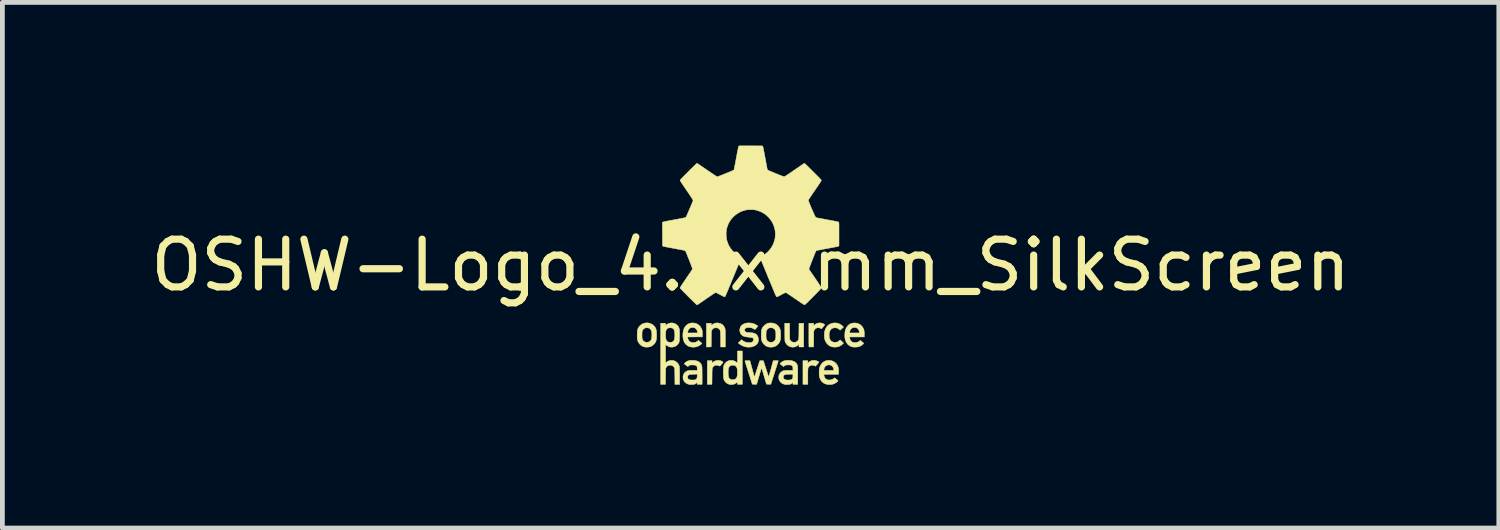
<source format=kicad_pcb>
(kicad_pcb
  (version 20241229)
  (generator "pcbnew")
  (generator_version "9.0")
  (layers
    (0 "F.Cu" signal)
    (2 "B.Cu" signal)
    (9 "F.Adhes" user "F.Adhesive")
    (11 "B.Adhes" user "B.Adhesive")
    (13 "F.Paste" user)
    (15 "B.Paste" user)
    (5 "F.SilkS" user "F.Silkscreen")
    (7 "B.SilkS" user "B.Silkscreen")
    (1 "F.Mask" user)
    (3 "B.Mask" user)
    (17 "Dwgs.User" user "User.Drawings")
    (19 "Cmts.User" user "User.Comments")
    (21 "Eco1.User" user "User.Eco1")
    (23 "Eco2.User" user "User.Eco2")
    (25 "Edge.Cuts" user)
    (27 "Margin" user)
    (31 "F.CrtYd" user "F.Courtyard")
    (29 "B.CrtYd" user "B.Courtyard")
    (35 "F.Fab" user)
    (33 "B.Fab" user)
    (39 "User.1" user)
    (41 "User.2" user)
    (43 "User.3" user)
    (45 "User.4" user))
  (footprint "OSHW-Logo_4.7x5mm_SilkScreen"
    (layer "F.Cu")
    (at 12.673 2.505)
    (property "Reference" "OSHW-Logo_4.7x5mm_SilkScreen" (at 0 0 0) (layer "F.SilkS") (effects (font (size 1 1) (thickness 0.15))))
    (attr exclude_from_pos_files exclude_from_bom)
    (fp_poly (pts (xy 1.366 1.998) (xy 1.391 2.006) (xy 1.414 2.018) (xy 1.423 2.024) (xy 1.432 2.032) (xy 1.396 2.074) (xy 1.384 2.088) (xy 1.373 2.101) (xy 1.365 2.11) (xy 1.361 2.115) (xy 1.36 2.116) (xy 1.357 2.114) (xy 1.349 2.111) (xy 1.338 2.105) (xy 1.314 2.097) (xy 1.289 2.094) (xy 1.265 2.098) (xy 1.243 2.106) (xy 1.224 2.121) (xy 1.22 2.126) (xy 1.215 2.132) (xy 1.211 2.138) (xy 1.207 2.145) (xy 1.205 2.153) (xy 1.202 2.163) (xy 1.201 2.176) (xy 1.199 2.192) (xy 1.199 2.211) (xy 1.198 2.236) (xy 1.198 2.266) (xy 1.198 2.302) (xy 1.198 2.334) (xy 1.198 2.494) (xy 1.096 2.494) (xy 1.096 2) (xy 1.198 2) (xy 1.198 2.052) (xy 1.216 2.035) (xy 1.242 2.015) (xy 1.272 2.001) (xy 1.305 1.994) (xy 1.34 1.994) (xy 1.366 1.998)) (stroke (width 0.01) (type solid)) (fill yes) (layer "F.SilkS"))
    (fp_poly (pts (xy -0.637 1.998) (xy -0.606 2.01) (xy -0.58 2.026) (xy -0.578 2.028) (xy -0.577 2.031) (xy -0.579 2.036) (xy -0.585 2.044) (xy -0.593 2.055) (xy -0.606 2.071) (xy -0.618 2.085) (xy -0.629 2.098) (xy -0.637 2.107) (xy -0.642 2.113) (xy -0.642 2.113) (xy -0.647 2.113) (xy -0.655 2.11) (xy -0.666 2.105) (xy -0.69 2.096) (xy -0.717 2.094) (xy -0.744 2.098) (xy -0.745 2.099) (xy -0.759 2.105) (xy -0.773 2.116) (xy -0.786 2.13) (xy -0.797 2.144) (xy -0.802 2.154) (xy -0.803 2.159) (xy -0.804 2.167) (xy -0.805 2.179) (xy -0.806 2.194) (xy -0.807 2.214) (xy -0.807 2.239) (xy -0.808 2.269) (xy -0.808 2.306) (xy -0.808 2.331) (xy -0.81 2.494) (xy -0.907 2.494) (xy -0.907 2) (xy -0.809 2) (xy -0.809 2.051) (xy -0.791 2.035) (xy -0.764 2.015) (xy -0.734 2.002) (xy -0.702 1.994) (xy -0.67 1.993) (xy -0.637 1.998)) (stroke (width 0.01) (type solid)) (fill yes) (layer "F.SilkS"))
    (fp_poly (pts (xy 1.491 1.214) (xy 1.522 1.226) (xy 1.528 1.229) (xy 1.541 1.236) (xy 1.548 1.242) (xy 1.551 1.248) (xy 1.547 1.256) (xy 1.539 1.267) (xy 1.534 1.273) (xy 1.522 1.287) (xy 1.51 1.302) (xy 1.5 1.314) (xy 1.498 1.315) (xy 1.483 1.332) (xy 1.461 1.321) (xy 1.446 1.314) (xy 1.433 1.311) (xy 1.418 1.31) (xy 1.391 1.313) (xy 1.368 1.322) (xy 1.35 1.336) (xy 1.335 1.356) (xy 1.333 1.36) (xy 1.323 1.381) (xy 1.321 1.546) (xy 1.319 1.711) (xy 1.272 1.712) (xy 1.254 1.713) (xy 1.239 1.712) (xy 1.228 1.712) (xy 1.222 1.711) (xy 1.222 1.711) (xy 1.222 1.707) (xy 1.221 1.696) (xy 1.221 1.68) (xy 1.221 1.657) (xy 1.22 1.63) (xy 1.22 1.599) (xy 1.22 1.564) (xy 1.22 1.526) (xy 1.22 1.486) (xy 1.22 1.462) (xy 1.22 1.216) (xy 1.321 1.216) (xy 1.321 1.268) (xy 1.339 1.251) (xy 1.365 1.231) (xy 1.394 1.218) (xy 1.426 1.21) (xy 1.458 1.209) (xy 1.491 1.214)) (stroke (width 0.01) (type solid)) (fill yes) (layer "F.SilkS"))
    (fp_poly (pts (xy -0.664 1.213) (xy -0.634 1.222) (xy -0.606 1.235) (xy -0.581 1.254) (xy -0.561 1.278) (xy -0.55 1.296) (xy -0.545 1.305) (xy -0.542 1.313) (xy -0.539 1.321) (xy -0.536 1.329) (xy -0.534 1.339) (xy -0.533 1.352) (xy -0.532 1.367) (xy -0.531 1.385) (xy -0.53 1.408) (xy -0.53 1.435) (xy -0.53 1.468) (xy -0.53 1.507) (xy -0.53 1.533) (xy -0.53 1.713) (xy -0.627 1.713) (xy -0.629 1.551) (xy -0.629 1.51) (xy -0.63 1.476) (xy -0.63 1.447) (xy -0.631 1.424) (xy -0.632 1.405) (xy -0.633 1.39) (xy -0.635 1.379) (xy -0.637 1.369) (xy -0.64 1.362) (xy -0.644 1.355) (xy -0.648 1.349) (xy -0.653 1.342) (xy -0.654 1.342) (xy -0.671 1.326) (xy -0.693 1.316) (xy -0.719 1.311) (xy -0.747 1.312) (xy -0.771 1.319) (xy -0.79 1.331) (xy -0.807 1.35) (xy -0.811 1.358) (xy -0.822 1.377) (xy -0.826 1.711) (xy -0.926 1.713) (xy -0.926 1.216) (xy -0.824 1.216) (xy -0.824 1.266) (xy -0.809 1.252) (xy -0.784 1.232) (xy -0.756 1.219) (xy -0.726 1.211) (xy -0.695 1.209) (xy -0.664 1.213)) (stroke (width 0.01) (type solid)) (fill yes) (layer "F.SilkS"))
    (fp_poly (pts (xy 0.817 1.382) (xy 0.818 1.548) (xy 0.828 1.567) (xy 0.843 1.588) (xy 0.862 1.603) (xy 0.885 1.612) (xy 0.912 1.615) (xy 0.914 1.615) (xy 0.94 1.612) (xy 0.964 1.603) (xy 0.983 1.588) (xy 0.99 1.58) (xy 0.994 1.573) (xy 0.998 1.567) (xy 1.002 1.561) (xy 1.004 1.553) (xy 1.006 1.544) (xy 1.008 1.533) (xy 1.009 1.518) (xy 1.01 1.499) (xy 1.011 1.476) (xy 1.011 1.448) (xy 1.011 1.413) (xy 1.012 1.377) (xy 1.013 1.216) (xy 1.111 1.216) (xy 1.111 1.713) (xy 1.013 1.713) (xy 1.013 1.658) (xy 0.997 1.672) (xy 0.97 1.693) (xy 0.939 1.707) (xy 0.907 1.715) (xy 0.873 1.717) (xy 0.84 1.711) (xy 0.83 1.708) (xy 0.798 1.694) (xy 0.77 1.673) (xy 0.747 1.648) (xy 0.729 1.617) (xy 0.725 1.609) (xy 0.723 1.604) (xy 0.722 1.599) (xy 0.721 1.594) (xy 0.719 1.588) (xy 0.719 1.579) (xy 0.718 1.569) (xy 0.717 1.555) (xy 0.717 1.537) (xy 0.717 1.515) (xy 0.716 1.488) (xy 0.716 1.455) (xy 0.716 1.415) (xy 0.716 1.402) (xy 0.715 1.216) (xy 0.816 1.216) (xy 0.817 1.382)) (stroke (width 0.01) (type solid)) (fill yes) (layer "F.SilkS"))
    (fp_poly (pts (xy -1.203 1.21) (xy -1.164 1.215) (xy -1.128 1.227) (xy -1.097 1.245) (xy -1.069 1.269) (xy -1.046 1.298) (xy -1.028 1.332) (xy -1.021 1.348) (xy -1.018 1.36) (xy -1.015 1.37) (xy -1.013 1.38) (xy -1.012 1.392) (xy -1.012 1.408) (xy -1.011 1.429) (xy -1.011 1.439) (xy -1.011 1.501) (xy -1.164 1.502) (xy -1.318 1.503) (xy -1.318 1.517) (xy -1.314 1.541) (xy -1.304 1.565) (xy -1.29 1.586) (xy -1.271 1.603) (xy -1.255 1.612) (xy -1.243 1.616) (xy -1.232 1.619) (xy -1.218 1.62) (xy -1.203 1.62) (xy -1.175 1.619) (xy -1.151 1.613) (xy -1.129 1.602) (xy -1.111 1.59) (xy -1.092 1.575) (xy -1.055 1.607) (xy -1.019 1.638) (xy -1.04 1.658) (xy -1.071 1.681) (xy -1.107 1.699) (xy -1.145 1.711) (xy -1.185 1.717) (xy -1.226 1.716) (xy -1.259 1.711) (xy -1.294 1.7) (xy -1.326 1.683) (xy -1.354 1.66) (xy -1.377 1.633) (xy -1.392 1.607) (xy -1.405 1.572) (xy -1.414 1.533) (xy -1.419 1.491) (xy -1.419 1.449) (xy -1.415 1.406) (xy -1.415 1.405) (xy -1.318 1.405) (xy -1.318 1.419) (xy -1.11 1.419) (xy -1.112 1.402) (xy -1.12 1.372) (xy -1.131 1.348) (xy -1.148 1.328) (xy -1.167 1.316) (xy -1.193 1.306) (xy -1.219 1.304) (xy -1.244 1.307) (xy -1.267 1.317) (xy -1.285 1.332) (xy -1.3 1.35) (xy -1.31 1.371) (xy -1.317 1.393) (xy -1.318 1.405) (xy -1.415 1.405) (xy -1.408 1.366) (xy -1.395 1.33) (xy -1.391 1.32) (xy -1.371 1.287) (xy -1.347 1.259) (xy -1.319 1.237) (xy -1.287 1.222) (xy -1.252 1.212) (xy -1.214 1.209) (xy -1.203 1.21)) (stroke (width 0.01) (type solid)) (fill yes) (layer "F.SilkS"))
    (fp_poly (pts (xy 1.799 1.211) (xy 1.837 1.22) (xy 1.873 1.236) (xy 1.907 1.258) (xy 1.92 1.269) (xy 1.931 1.28) (xy 1.939 1.289) (xy 1.944 1.294) (xy 1.945 1.296) (xy 1.942 1.299) (xy 1.934 1.306) (xy 1.924 1.316) (xy 1.911 1.328) (xy 1.909 1.329) (xy 1.875 1.36) (xy 1.858 1.346) (xy 1.835 1.328) (xy 1.812 1.317) (xy 1.786 1.312) (xy 1.779 1.311) (xy 1.747 1.312) (xy 1.719 1.319) (xy 1.695 1.332) (xy 1.676 1.35) (xy 1.661 1.375) (xy 1.65 1.404) (xy 1.648 1.417) (xy 1.645 1.437) (xy 1.645 1.46) (xy 1.646 1.485) (xy 1.648 1.508) (xy 1.651 1.528) (xy 1.653 1.534) (xy 1.665 1.561) (xy 1.681 1.583) (xy 1.702 1.599) (xy 1.727 1.61) (xy 1.757 1.615) (xy 1.779 1.615) (xy 1.804 1.611) (xy 1.827 1.603) (xy 1.848 1.589) (xy 1.857 1.581) (xy 1.875 1.565) (xy 1.91 1.597) (xy 1.923 1.609) (xy 1.934 1.619) (xy 1.942 1.627) (xy 1.945 1.631) (xy 1.945 1.631) (xy 1.943 1.635) (xy 1.936 1.643) (xy 1.926 1.652) (xy 1.914 1.663) (xy 1.901 1.673) (xy 1.89 1.681) (xy 1.886 1.684) (xy 1.859 1.698) (xy 1.832 1.708) (xy 1.803 1.713) (xy 1.777 1.715) (xy 1.744 1.715) (xy 1.718 1.712) (xy 1.713 1.711) (xy 1.676 1.7) (xy 1.643 1.682) (xy 1.614 1.658) (xy 1.589 1.629) (xy 1.569 1.595) (xy 1.554 1.556) (xy 1.551 1.544) (xy 1.547 1.524) (xy 1.545 1.498) (xy 1.544 1.47) (xy 1.545 1.441) (xy 1.547 1.413) (xy 1.55 1.389) (xy 1.553 1.377) (xy 1.567 1.337) (xy 1.586 1.302) (xy 1.609 1.272) (xy 1.637 1.248) (xy 1.67 1.23) (xy 1.707 1.217) (xy 1.718 1.214) (xy 1.759 1.209) (xy 1.799 1.211)) (stroke (width 0.01) (type solid)) (fill yes) (layer "F.SilkS"))
    (fp_poly (pts (xy 1.676 1.996) (xy 1.711 2.006) (xy 1.743 2.021) (xy 1.773 2.042) (xy 1.797 2.067) (xy 1.817 2.097) (xy 1.82 2.103) (xy 1.83 2.127) (xy 1.837 2.153) (xy 1.842 2.182) (xy 1.843 2.215) (xy 1.843 2.236) (xy 1.842 2.285) (xy 1.688 2.286) (xy 1.534 2.287) (xy 1.536 2.306) (xy 1.543 2.334) (xy 1.555 2.359) (xy 1.572 2.379) (xy 1.595 2.394) (xy 1.599 2.396) (xy 1.61 2.4) (xy 1.622 2.403) (xy 1.636 2.404) (xy 1.65 2.404) (xy 1.678 2.402) (xy 1.702 2.396) (xy 1.724 2.385) (xy 1.742 2.374) (xy 1.761 2.359) (xy 1.794 2.387) (xy 1.808 2.398) (xy 1.819 2.408) (xy 1.827 2.415) (xy 1.831 2.418) (xy 1.831 2.422) (xy 1.825 2.429) (xy 1.816 2.439) (xy 1.804 2.449) (xy 1.79 2.459) (xy 1.775 2.468) (xy 1.762 2.476) (xy 1.745 2.483) (xy 1.726 2.49) (xy 1.71 2.495) (xy 1.708 2.495) (xy 1.682 2.499) (xy 1.654 2.5) (xy 1.626 2.499) (xy 1.601 2.496) (xy 1.599 2.495) (xy 1.563 2.485) (xy 1.533 2.471) (xy 1.507 2.452) (xy 1.491 2.436) (xy 1.476 2.417) (xy 1.463 2.395) (xy 1.452 2.37) (xy 1.446 2.35) (xy 1.442 2.338) (xy 1.44 2.327) (xy 1.438 2.316) (xy 1.437 2.303) (xy 1.436 2.287) (xy 1.436 2.267) (xy 1.436 2.252) (xy 1.436 2.219) (xy 1.437 2.203) (xy 1.534 2.203) (xy 1.743 2.203) (xy 1.741 2.184) (xy 1.734 2.156) (xy 1.722 2.131) (xy 1.705 2.112) (xy 1.684 2.098) (xy 1.659 2.09) (xy 1.648 2.088) (xy 1.621 2.089) (xy 1.596 2.096) (xy 1.575 2.109) (xy 1.557 2.127) (xy 1.544 2.15) (xy 1.537 2.177) (xy 1.536 2.184) (xy 1.534 2.203) (xy 1.437 2.203) (xy 1.438 2.192) (xy 1.44 2.169) (xy 1.445 2.148) (xy 1.451 2.129) (xy 1.46 2.108) (xy 1.464 2.101) (xy 1.484 2.068) (xy 1.508 2.041) (xy 1.537 2.02) (xy 1.57 2.004) (xy 1.606 1.995) (xy 1.639 1.993) (xy 1.676 1.996)) (stroke (width 0.01) (type solid)) (fill yes) (layer "F.SilkS"))
    (fp_poly (pts (xy -2.124 1.214) (xy -2.09 1.225) (xy -2.059 1.242) (xy -2.031 1.264) (xy -2.029 1.267) (xy -2.012 1.285) (xy -1.998 1.304) (xy -1.988 1.324) (xy -1.98 1.347) (xy -1.975 1.373) (xy -1.971 1.403) (xy -1.97 1.439) (xy -1.969 1.461) (xy -1.97 1.501) (xy -1.972 1.535) (xy -1.976 1.563) (xy -1.982 1.588) (xy -1.991 1.609) (xy -2.003 1.629) (xy -2.018 1.647) (xy -2.029 1.659) (xy -2.057 1.683) (xy -2.089 1.701) (xy -2.121 1.711) (xy -2.139 1.714) (xy -2.161 1.716) (xy -2.185 1.716) (xy -2.206 1.715) (xy -2.22 1.713) (xy -2.254 1.702) (xy -2.285 1.686) (xy -2.313 1.663) (xy -2.337 1.636) (xy -2.356 1.605) (xy -2.368 1.571) (xy -2.371 1.563) (xy -2.373 1.548) (xy -2.374 1.529) (xy -2.375 1.505) (xy -2.376 1.482) (xy -2.275 1.482) (xy -2.275 1.507) (xy -2.273 1.528) (xy -2.269 1.545) (xy -2.264 1.559) (xy -2.258 1.571) (xy -2.255 1.575) (xy -2.24 1.592) (xy -2.22 1.605) (xy -2.197 1.613) (xy -2.172 1.615) (xy -2.147 1.612) (xy -2.134 1.608) (xy -2.111 1.596) (xy -2.093 1.578) (xy -2.08 1.556) (xy -2.079 1.554) (xy -2.076 1.54) (xy -2.073 1.52) (xy -2.07 1.497) (xy -2.069 1.472) (xy -2.069 1.447) (xy -2.07 1.423) (xy -2.072 1.402) (xy -2.072 1.401) (xy -2.08 1.372) (xy -2.091 1.348) (xy -2.108 1.33) (xy -2.129 1.318) (xy -2.154 1.311) (xy -2.172 1.31) (xy -2.201 1.313) (xy -2.225 1.322) (xy -2.244 1.337) (xy -2.26 1.357) (xy -2.264 1.364) (xy -2.267 1.372) (xy -2.27 1.379) (xy -2.272 1.386) (xy -2.273 1.396) (xy -2.274 1.408) (xy -2.275 1.425) (xy -2.275 1.448) (xy -2.275 1.45) (xy -2.275 1.482) (xy -2.376 1.482) (xy -2.376 1.479) (xy -2.376 1.452) (xy -2.375 1.426) (xy -2.374 1.401) (xy -2.373 1.38) (xy -2.37 1.364) (xy -2.369 1.357) (xy -2.359 1.327) (xy -2.345 1.301) (xy -2.326 1.277) (xy -2.321 1.27) (xy -2.293 1.246) (xy -2.262 1.228) (xy -2.229 1.216) (xy -2.194 1.209) (xy -2.159 1.208) (xy -2.124 1.214)) (stroke (width 0.01) (type solid)) (fill yes) (layer "F.SilkS"))
    (fp_poly (pts (xy -0.174 2.494) (xy -0.276 2.494) (xy -0.276 2.447) (xy -0.299 2.464) (xy -0.314 2.474) (xy -0.33 2.483) (xy -0.343 2.49) (xy -0.344 2.49) (xy -0.364 2.496) (xy -0.388 2.499) (xy -0.413 2.5) (xy -0.437 2.498) (xy -0.449 2.495) (xy -0.472 2.487) (xy -0.492 2.477) (xy -0.511 2.462) (xy -0.522 2.452) (xy -0.534 2.438) (xy -0.544 2.425) (xy -0.552 2.412) (xy -0.559 2.396) (xy -0.563 2.379) (xy -0.567 2.358) (xy -0.569 2.332) (xy -0.57 2.302) (xy -0.571 2.266) (xy -0.571 2.247) (xy -0.47 2.247) (xy -0.469 2.282) (xy -0.467 2.311) (xy -0.463 2.334) (xy -0.457 2.353) (xy -0.448 2.368) (xy -0.437 2.379) (xy -0.423 2.389) (xy -0.421 2.39) (xy -0.41 2.395) (xy -0.401 2.398) (xy -0.39 2.399) (xy -0.376 2.399) (xy -0.37 2.398) (xy -0.354 2.398) (xy -0.342 2.396) (xy -0.333 2.393) (xy -0.323 2.388) (xy -0.321 2.386) (xy -0.304 2.372) (xy -0.291 2.352) (xy -0.282 2.325) (xy -0.279 2.308) (xy -0.277 2.291) (xy -0.277 2.27) (xy -0.276 2.247) (xy -0.277 2.223) (xy -0.278 2.199) (xy -0.28 2.179) (xy -0.283 2.164) (xy -0.284 2.158) (xy -0.295 2.134) (xy -0.309 2.116) (xy -0.327 2.103) (xy -0.349 2.096) (xy -0.374 2.094) (xy -0.401 2.097) (xy -0.424 2.105) (xy -0.442 2.119) (xy -0.455 2.138) (xy -0.464 2.163) (xy -0.465 2.166) (xy -0.467 2.179) (xy -0.469 2.197) (xy -0.47 2.219) (xy -0.47 2.244) (xy -0.47 2.247) (xy -0.571 2.247) (xy -0.571 2.207) (xy -0.57 2.174) (xy -0.568 2.147) (xy -0.565 2.124) (xy -0.561 2.105) (xy -0.555 2.088) (xy -0.548 2.074) (xy -0.539 2.061) (xy -0.528 2.048) (xy -0.522 2.042) (xy -0.503 2.024) (xy -0.484 2.012) (xy -0.464 2.003) (xy -0.448 1.998) (xy -0.414 1.993) (xy -0.38 1.995) (xy -0.348 2.003) (xy -0.317 2.019) (xy -0.294 2.035) (xy -0.286 2.042) (xy -0.28 2.046) (xy -0.278 2.047) (xy -0.277 2.044) (xy -0.277 2.034) (xy -0.277 2.018) (xy -0.276 1.998) (xy -0.276 1.974) (xy -0.276 1.946) (xy -0.276 1.922) (xy -0.276 1.797) (xy -0.174 1.797) (xy -0.174 2.494)) (stroke (width 0.01) (type solid)) (fill yes) (layer "F.SilkS"))
    (fp_poly (pts (xy 2.202 1.211) (xy 2.238 1.218) (xy 2.272 1.232) (xy 2.303 1.251) (xy 2.329 1.276) (xy 2.351 1.305) (xy 2.367 1.338) (xy 2.376 1.366) (xy 2.378 1.383) (xy 2.38 1.407) (xy 2.381 1.437) (xy 2.381 1.445) (xy 2.381 1.503) (xy 2.073 1.503) (xy 2.073 1.513) (xy 2.075 1.529) (xy 2.08 1.548) (xy 2.088 1.566) (xy 2.097 1.582) (xy 2.1 1.585) (xy 2.11 1.595) (xy 2.124 1.605) (xy 2.133 1.61) (xy 2.144 1.615) (xy 2.154 1.618) (xy 2.165 1.62) (xy 2.18 1.621) (xy 2.189 1.621) (xy 2.205 1.62) (xy 2.218 1.619) (xy 2.228 1.617) (xy 2.238 1.613) (xy 2.25 1.607) (xy 2.265 1.6) (xy 2.278 1.592) (xy 2.288 1.585) (xy 2.289 1.585) (xy 2.3 1.575) (xy 2.334 1.604) (xy 2.347 1.616) (xy 2.358 1.626) (xy 2.366 1.633) (xy 2.369 1.637) (xy 2.369 1.637) (xy 2.367 1.641) (xy 2.361 1.648) (xy 2.351 1.657) (xy 2.339 1.667) (xy 2.327 1.677) (xy 2.316 1.684) (xy 2.311 1.687) (xy 2.288 1.699) (xy 2.266 1.707) (xy 2.241 1.712) (xy 2.213 1.715) (xy 2.2 1.715) (xy 2.178 1.716) (xy 2.161 1.715) (xy 2.147 1.714) (xy 2.134 1.711) (xy 2.128 1.71) (xy 2.091 1.697) (xy 2.059 1.678) (xy 2.032 1.654) (xy 2.01 1.625) (xy 1.993 1.591) (xy 1.98 1.551) (xy 1.979 1.548) (xy 1.975 1.524) (xy 1.973 1.495) (xy 1.973 1.464) (xy 1.974 1.433) (xy 1.975 1.419) (xy 2.072 1.419) (xy 2.28 1.419) (xy 2.278 1.399) (xy 2.272 1.372) (xy 2.261 1.349) (xy 2.244 1.329) (xy 2.224 1.314) (xy 2.222 1.313) (xy 2.21 1.309) (xy 2.198 1.306) (xy 2.182 1.305) (xy 2.176 1.305) (xy 2.16 1.305) (xy 2.148 1.307) (xy 2.138 1.31) (xy 2.127 1.316) (xy 2.106 1.331) (xy 2.09 1.352) (xy 2.079 1.378) (xy 2.074 1.4) (xy 2.072 1.419) (xy 1.975 1.419) (xy 1.976 1.403) (xy 1.98 1.378) (xy 1.981 1.375) (xy 1.994 1.334) (xy 2.012 1.299) (xy 2.034 1.27) (xy 2.06 1.246) (xy 2.09 1.228) (xy 2.124 1.216) (xy 2.162 1.21) (xy 2.163 1.21) (xy 2.202 1.211)) (stroke (width 0.01) (type solid)) (fill yes) (layer "F.SilkS"))
    (fp_poly (pts (xy 0.476 1.215) (xy 0.511 1.226) (xy 0.542 1.243) (xy 0.57 1.266) (xy 0.582 1.279) (xy 0.596 1.298) (xy 0.607 1.316) (xy 0.615 1.335) (xy 0.621 1.357) (xy 0.626 1.382) (xy 0.628 1.412) (xy 0.629 1.448) (xy 0.629 1.463) (xy 0.628 1.502) (xy 0.626 1.536) (xy 0.622 1.564) (xy 0.616 1.589) (xy 0.607 1.61) (xy 0.595 1.63) (xy 0.58 1.648) (xy 0.57 1.658) (xy 0.542 1.683) (xy 0.512 1.7) (xy 0.479 1.711) (xy 0.442 1.716) (xy 0.425 1.716) (xy 0.409 1.716) (xy 0.396 1.715) (xy 0.386 1.715) (xy 0.385 1.714) (xy 0.351 1.705) (xy 0.319 1.689) (xy 0.291 1.668) (xy 0.266 1.642) (xy 0.246 1.612) (xy 0.232 1.579) (xy 0.23 1.572) (xy 0.227 1.558) (xy 0.225 1.538) (xy 0.224 1.514) (xy 0.223 1.487) (xy 0.223 1.463) (xy 0.323 1.463) (xy 0.323 1.492) (xy 0.324 1.515) (xy 0.327 1.533) (xy 0.33 1.548) (xy 0.335 1.561) (xy 0.341 1.572) (xy 0.342 1.574) (xy 0.359 1.592) (xy 0.379 1.605) (xy 0.403 1.613) (xy 0.429 1.615) (xy 0.455 1.611) (xy 0.466 1.608) (xy 0.487 1.596) (xy 0.504 1.579) (xy 0.518 1.558) (xy 0.522 1.549) (xy 0.524 1.536) (xy 0.526 1.519) (xy 0.528 1.497) (xy 0.528 1.473) (xy 0.528 1.449) (xy 0.528 1.425) (xy 0.526 1.404) (xy 0.524 1.387) (xy 0.521 1.376) (xy 0.511 1.354) (xy 0.499 1.338) (xy 0.482 1.326) (xy 0.473 1.321) (xy 0.461 1.315) (xy 0.452 1.312) (xy 0.442 1.311) (xy 0.429 1.311) (xy 0.42 1.311) (xy 0.403 1.312) (xy 0.391 1.314) (xy 0.381 1.318) (xy 0.371 1.323) (xy 0.353 1.338) (xy 0.338 1.358) (xy 0.328 1.381) (xy 0.327 1.387) (xy 0.326 1.397) (xy 0.324 1.412) (xy 0.324 1.432) (xy 0.323 1.453) (xy 0.323 1.463) (xy 0.223 1.463) (xy 0.223 1.459) (xy 0.223 1.431) (xy 0.224 1.405) (xy 0.226 1.382) (xy 0.228 1.364) (xy 0.23 1.354) (xy 0.239 1.329) (xy 0.25 1.307) (xy 0.264 1.286) (xy 0.283 1.267) (xy 0.31 1.243) (xy 0.338 1.226) (xy 0.368 1.215) (xy 0.402 1.21) (xy 0.437 1.21) (xy 0.476 1.215)) (stroke (width 0.01) (type solid)) (fill yes) (layer "F.SilkS"))
    (fp_poly (pts (xy 0.321 2.168) (xy 0.332 2.201) (xy 0.342 2.233) (xy 0.351 2.262) (xy 0.359 2.287) (xy 0.366 2.308) (xy 0.372 2.325) (xy 0.376 2.336) (xy 0.377 2.34) (xy 0.377 2.34) (xy 0.379 2.338) (xy 0.382 2.329) (xy 0.386 2.315) (xy 0.392 2.295) (xy 0.399 2.271) (xy 0.407 2.243) (xy 0.416 2.212) (xy 0.425 2.179) (xy 0.427 2.173) (xy 0.474 2) (xy 0.528 2) (xy 0.549 2) (xy 0.564 2.001) (xy 0.574 2.001) (xy 0.579 2.003) (xy 0.58 2.004) (xy 0.578 2.009) (xy 0.575 2.019) (xy 0.57 2.035) (xy 0.563 2.057) (xy 0.554 2.083) (xy 0.545 2.113) (xy 0.534 2.147) (xy 0.522 2.184) (xy 0.51 2.223) (xy 0.501 2.251) (xy 0.423 2.494) (xy 0.332 2.492) (xy 0.281 2.32) (xy 0.271 2.286) (xy 0.262 2.254) (xy 0.253 2.226) (xy 0.245 2.201) (xy 0.239 2.181) (xy 0.233 2.165) (xy 0.23 2.155) (xy 0.228 2.151) (xy 0.228 2.151) (xy 0.227 2.155) (xy 0.224 2.165) (xy 0.219 2.181) (xy 0.212 2.202) (xy 0.205 2.227) (xy 0.196 2.256) (xy 0.187 2.287) (xy 0.177 2.321) (xy 0.176 2.324) (xy 0.126 2.494) (xy 0.081 2.494) (xy 0.064 2.493) (xy 0.05 2.493) (xy 0.04 2.492) (xy 0.035 2.491) (xy 0.035 2.491) (xy 0.034 2.487) (xy 0.03 2.477) (xy 0.025 2.461) (xy 0.018 2.44) (xy 0.01 2.415) (xy 0.001 2.387) (xy -0.009 2.356) (xy -0.019 2.322) (xy -0.03 2.288) (xy -0.042 2.252) (xy -0.053 2.217) (xy -0.064 2.182) (xy -0.075 2.148) (xy -0.085 2.116) (xy -0.094 2.087) (xy -0.102 2.061) (xy -0.109 2.039) (xy -0.114 2.022) (xy -0.118 2.01) (xy -0.12 2.004) (xy -0.12 2.004) (xy -0.116 2.002) (xy -0.106 2.001) (xy -0.089 2) (xy -0.068 2) (xy -0.015 2) (xy -0.008 2.026) (xy -0.006 2.036) (xy -0.001 2.051) (xy 0.004 2.071) (xy 0.011 2.096) (xy 0.019 2.124) (xy 0.027 2.155) (xy 0.036 2.187) (xy 0.038 2.197) (xy 0.047 2.228) (xy 0.055 2.257) (xy 0.062 2.282) (xy 0.068 2.304) (xy 0.073 2.322) (xy 0.077 2.334) (xy 0.079 2.34) (xy 0.08 2.341) (xy 0.081 2.338) (xy 0.085 2.328) (xy 0.09 2.313) (xy 0.097 2.293) (xy 0.105 2.268) (xy 0.114 2.24) (xy 0.124 2.209) (xy 0.135 2.176) (xy 0.137 2.171) (xy 0.191 2.002) (xy 0.229 2.001) (xy 0.267 2) (xy 0.321 2.168)) (stroke (width 0.01) (type solid)) (fill yes) (layer "F.SilkS"))
    (fp_poly (pts (xy 0.013 1.213) (xy 0.049 1.221) (xy 0.075 1.229) (xy 0.086 1.234) (xy 0.099 1.241) (xy 0.113 1.249) (xy 0.127 1.258) (xy 0.139 1.265) (xy 0.148 1.272) (xy 0.152 1.276) (xy 0.152 1.276) (xy 0.15 1.28) (xy 0.144 1.287) (xy 0.135 1.298) (xy 0.125 1.31) (xy 0.115 1.322) (xy 0.105 1.332) (xy 0.097 1.341) (xy 0.091 1.346) (xy 0.09 1.347) (xy 0.086 1.345) (xy 0.077 1.34) (xy 0.066 1.334) (xy 0.039 1.32) (xy 0.014 1.311) (xy -0.014 1.307) (xy -0.04 1.305) (xy -0.058 1.305) (xy -0.071 1.306) (xy -0.08 1.308) (xy -0.089 1.31) (xy -0.096 1.314) (xy -0.112 1.325) (xy -0.122 1.339) (xy -0.126 1.355) (xy -0.125 1.37) (xy -0.118 1.385) (xy -0.106 1.396) (xy -0.089 1.404) (xy -0.088 1.404) (xy -0.079 1.406) (xy -0.065 1.408) (xy -0.047 1.41) (xy -0.027 1.411) (xy -0.018 1.412) (xy 0.017 1.415) (xy 0.046 1.419) (xy 0.069 1.424) (xy 0.087 1.43) (xy 0.092 1.433) (xy 0.118 1.449) (xy 0.137 1.471) (xy 0.152 1.497) (xy 0.16 1.527) (xy 0.163 1.561) (xy 0.163 1.57) (xy 0.161 1.588) (xy 0.159 1.602) (xy 0.155 1.614) (xy 0.151 1.623) (xy 0.136 1.647) (xy 0.115 1.668) (xy 0.088 1.686) (xy 0.058 1.7) (xy 0.024 1.71) (xy 0.021 1.711) (xy -0.004 1.715) (xy -0.033 1.716) (xy -0.062 1.716) (xy -0.09 1.713) (xy -0.102 1.711) (xy -0.135 1.702) (xy -0.17 1.688) (xy -0.204 1.67) (xy -0.234 1.65) (xy -0.248 1.639) (xy -0.259 1.629) (xy -0.189 1.56) (xy -0.172 1.575) (xy -0.15 1.591) (xy -0.123 1.605) (xy -0.095 1.615) (xy -0.089 1.617) (xy -0.069 1.62) (xy -0.045 1.622) (xy -0.021 1.622) (xy 0.001 1.62) (xy 0.014 1.617) (xy 0.035 1.608) (xy 0.05 1.595) (xy 0.06 1.579) (xy 0.063 1.562) (xy 0.061 1.544) (xy 0.057 1.535) (xy 0.052 1.529) (xy 0.043 1.523) (xy 0.031 1.519) (xy 0.015 1.515) (xy -0.007 1.511) (xy -0.034 1.508) (xy -0.046 1.507) (xy -0.076 1.503) (xy -0.101 1.5) (xy -0.121 1.496) (xy -0.137 1.491) (xy -0.151 1.485) (xy -0.165 1.478) (xy -0.172 1.473) (xy -0.193 1.455) (xy -0.21 1.432) (xy -0.221 1.405) (xy -0.227 1.376) (xy -0.227 1.346) (xy -0.223 1.327) (xy -0.219 1.311) (xy -0.214 1.296) (xy -0.209 1.287) (xy -0.192 1.265) (xy -0.169 1.245) (xy -0.142 1.23) (xy -0.111 1.218) (xy -0.096 1.214) (xy -0.062 1.21) (xy -0.025 1.209) (xy 0.013 1.213)) (stroke (width 0.01) (type solid)) (fill yes) (layer "F.SilkS"))
    (fp_poly (pts (xy -1.179 1.995) (xy -1.14 2.002) (xy -1.105 2.013) (xy -1.077 2.029) (xy -1.053 2.049) (xy -1.036 2.074) (xy -1.024 2.103) (xy -1.02 2.123) (xy -1.019 2.132) (xy -1.018 2.148) (xy -1.018 2.169) (xy -1.017 2.195) (xy -1.017 2.226) (xy -1.017 2.26) (xy -1.016 2.297) (xy -1.016 2.32) (xy -1.016 2.494) (xy -1.118 2.494) (xy -1.118 2.452) (xy -1.131 2.466) (xy -1.142 2.475) (xy -1.153 2.484) (xy -1.158 2.486) (xy -1.176 2.493) (xy -1.199 2.498) (xy -1.226 2.5) (xy -1.253 2.5) (xy -1.28 2.498) (xy -1.294 2.495) (xy -1.326 2.485) (xy -1.354 2.469) (xy -1.378 2.449) (xy -1.396 2.425) (xy -1.409 2.397) (xy -1.416 2.367) (xy -1.416 2.343) (xy -1.322 2.343) (xy -1.319 2.36) (xy -1.314 2.372) (xy -1.304 2.385) (xy -1.29 2.394) (xy -1.272 2.401) (xy -1.249 2.404) (xy -1.22 2.405) (xy -1.21 2.405) (xy -1.19 2.404) (xy -1.176 2.403) (xy -1.166 2.401) (xy -1.156 2.397) (xy -1.152 2.395) (xy -1.139 2.388) (xy -1.131 2.378) (xy -1.125 2.366) (xy -1.121 2.349) (xy -1.119 2.327) (xy -1.119 2.32) (xy -1.117 2.282) (xy -1.193 2.284) (xy -1.223 2.285) (xy -1.247 2.286) (xy -1.265 2.288) (xy -1.279 2.291) (xy -1.29 2.295) (xy -1.299 2.3) (xy -1.307 2.307) (xy -1.311 2.312) (xy -1.319 2.326) (xy -1.322 2.343) (xy -1.416 2.343) (xy -1.416 2.335) (xy -1.415 2.325) (xy -1.407 2.293) (xy -1.393 2.266) (xy -1.373 2.243) (xy -1.348 2.225) (xy -1.317 2.211) (xy -1.313 2.21) (xy -1.305 2.208) (xy -1.297 2.206) (xy -1.286 2.205) (xy -1.273 2.204) (xy -1.256 2.204) (xy -1.234 2.203) (xy -1.206 2.203) (xy -1.118 2.203) (xy -1.118 2.17) (xy -1.119 2.146) (xy -1.123 2.127) (xy -1.13 2.112) (xy -1.142 2.102) (xy -1.158 2.095) (xy -1.18 2.091) (xy -1.208 2.089) (xy -1.22 2.089) (xy -1.239 2.089) (xy -1.253 2.09) (xy -1.264 2.091) (xy -1.272 2.093) (xy -1.28 2.096) (xy -1.282 2.097) (xy -1.294 2.104) (xy -1.302 2.111) (xy -1.305 2.115) (xy -1.31 2.121) (xy -1.314 2.123) (xy -1.318 2.121) (xy -1.326 2.116) (xy -1.337 2.107) (xy -1.35 2.098) (xy -1.363 2.088) (xy -1.374 2.078) (xy -1.384 2.071) (xy -1.389 2.066) (xy -1.39 2.065) (xy -1.388 2.06) (xy -1.382 2.052) (xy -1.372 2.043) (xy -1.36 2.033) (xy -1.347 2.023) (xy -1.336 2.016) (xy -1.331 2.013) (xy -1.302 2.002) (xy -1.268 1.995) (xy -1.23 1.993) (xy -1.225 1.993) (xy -1.179 1.995)) (stroke (width 0.01) (type solid)) (fill yes) (layer "F.SilkS"))
    (fp_poly (pts (xy 0.829 1.995) (xy 0.868 2.002) (xy 0.902 2.013) (xy 0.931 2.029) (xy 0.953 2.05) (xy 0.97 2.074) (xy 0.981 2.103) (xy 0.983 2.112) (xy 0.984 2.121) (xy 0.985 2.137) (xy 0.986 2.16) (xy 0.987 2.19) (xy 0.987 2.227) (xy 0.987 2.271) (xy 0.987 2.312) (xy 0.987 2.494) (xy 0.886 2.494) (xy 0.886 2.455) (xy 0.869 2.47) (xy 0.856 2.481) (xy 0.842 2.489) (xy 0.824 2.494) (xy 0.803 2.498) (xy 0.775 2.499) (xy 0.773 2.499) (xy 0.752 2.5) (xy 0.735 2.499) (xy 0.721 2.497) (xy 0.706 2.494) (xy 0.704 2.494) (xy 0.672 2.482) (xy 0.646 2.466) (xy 0.624 2.446) (xy 0.606 2.42) (xy 0.601 2.41) (xy 0.596 2.399) (xy 0.593 2.389) (xy 0.591 2.379) (xy 0.59 2.367) (xy 0.59 2.349) (xy 0.59 2.348) (xy 0.59 2.343) (xy 0.684 2.343) (xy 0.687 2.363) (xy 0.697 2.379) (xy 0.713 2.392) (xy 0.735 2.401) (xy 0.736 2.401) (xy 0.751 2.404) (xy 0.771 2.406) (xy 0.793 2.406) (xy 0.815 2.404) (xy 0.835 2.401) (xy 0.85 2.398) (xy 0.854 2.396) (xy 0.867 2.388) (xy 0.876 2.378) (xy 0.881 2.365) (xy 0.885 2.347) (xy 0.886 2.323) (xy 0.886 2.32) (xy 0.886 2.283) (xy 0.832 2.283) (xy 0.794 2.284) (xy 0.763 2.286) (xy 0.738 2.289) (xy 0.718 2.294) (xy 0.703 2.301) (xy 0.693 2.31) (xy 0.687 2.322) (xy 0.684 2.336) (xy 0.684 2.343) (xy 0.59 2.343) (xy 0.59 2.331) (xy 0.591 2.318) (xy 0.593 2.308) (xy 0.596 2.298) (xy 0.601 2.287) (xy 0.618 2.26) (xy 0.639 2.238) (xy 0.666 2.22) (xy 0.695 2.208) (xy 0.701 2.207) (xy 0.709 2.206) (xy 0.723 2.205) (xy 0.742 2.204) (xy 0.765 2.204) (xy 0.789 2.203) (xy 0.801 2.203) (xy 0.886 2.203) (xy 0.886 2.166) (xy 0.885 2.144) (xy 0.882 2.127) (xy 0.877 2.115) (xy 0.869 2.106) (xy 0.858 2.099) (xy 0.854 2.097) (xy 0.845 2.093) (xy 0.836 2.091) (xy 0.825 2.09) (xy 0.81 2.089) (xy 0.791 2.089) (xy 0.767 2.089) (xy 0.748 2.091) (xy 0.733 2.094) (xy 0.721 2.099) (xy 0.71 2.106) (xy 0.704 2.111) (xy 0.69 2.124) (xy 0.653 2.096) (xy 0.639 2.085) (xy 0.628 2.076) (xy 0.619 2.069) (xy 0.615 2.065) (xy 0.615 2.065) (xy 0.617 2.061) (xy 0.623 2.054) (xy 0.632 2.045) (xy 0.643 2.035) (xy 0.656 2.026) (xy 0.667 2.018) (xy 0.677 2.012) (xy 0.709 2.001) (xy 0.746 1.995) (xy 0.784 1.993) (xy 0.829 1.995)) (stroke (width 0.01) (type solid)) (fill yes) (layer "F.SilkS"))
    (fp_poly (pts (xy -1.627 1.211) (xy -1.596 1.22) (xy -1.567 1.234) (xy -1.542 1.253) (xy -1.52 1.276) (xy -1.506 1.3) (xy -1.501 1.313) (xy -1.497 1.326) (xy -1.494 1.341) (xy -1.491 1.358) (xy -1.49 1.379) (xy -1.489 1.404) (xy -1.489 1.435) (xy -1.489 1.471) (xy -1.489 1.484) (xy -1.49 1.519) (xy -1.491 1.547) (xy -1.492 1.57) (xy -1.494 1.589) (xy -1.497 1.605) (xy -1.501 1.617) (xy -1.506 1.629) (xy -1.513 1.639) (xy -1.52 1.649) (xy -1.544 1.676) (xy -1.571 1.695) (xy -1.601 1.708) (xy -1.634 1.715) (xy -1.643 1.716) (xy -1.673 1.716) (xy -1.701 1.71) (xy -1.728 1.699) (xy -1.755 1.682) (xy -1.763 1.676) (xy -1.782 1.662) (xy -1.782 2.048) (xy -1.768 2.035) (xy -1.756 2.026) (xy -1.742 2.017) (xy -1.732 2.011) (xy -1.7 1.999) (xy -1.668 1.993) (xy -1.635 1.994) (xy -1.604 2.001) (xy -1.575 2.013) (xy -1.549 2.031) (xy -1.526 2.054) (xy -1.508 2.081) (xy -1.495 2.112) (xy -1.493 2.118) (xy -1.492 2.124) (xy -1.491 2.133) (xy -1.49 2.146) (xy -1.489 2.162) (xy -1.489 2.184) (xy -1.489 2.21) (xy -1.488 2.242) (xy -1.488 2.281) (xy -1.488 2.317) (xy -1.488 2.497) (xy -1.586 2.497) (xy -1.587 2.335) (xy -1.588 2.291) (xy -1.588 2.253) (xy -1.589 2.223) (xy -1.589 2.199) (xy -1.59 2.18) (xy -1.591 2.167) (xy -1.593 2.16) (xy -1.593 2.159) (xy -1.604 2.136) (xy -1.62 2.118) (xy -1.641 2.104) (xy -1.665 2.096) (xy -1.684 2.094) (xy -1.711 2.097) (xy -1.733 2.105) (xy -1.752 2.118) (xy -1.767 2.137) (xy -1.77 2.142) (xy -1.78 2.161) (xy -1.784 2.495) (xy -1.834 2.496) (xy -1.884 2.497) (xy -1.884 1.481) (xy -1.782 1.481) (xy -1.781 1.508) (xy -1.778 1.531) (xy -1.774 1.55) (xy -1.768 1.567) (xy -1.766 1.572) (xy -1.754 1.59) (xy -1.739 1.603) (xy -1.72 1.611) (xy -1.697 1.614) (xy -1.684 1.615) (xy -1.668 1.615) (xy -1.655 1.613) (xy -1.644 1.609) (xy -1.637 1.606) (xy -1.623 1.597) (xy -1.611 1.585) (xy -1.602 1.571) (xy -1.596 1.552) (xy -1.591 1.529) (xy -1.589 1.5) (xy -1.588 1.465) (xy -1.589 1.426) (xy -1.592 1.395) (xy -1.598 1.369) (xy -1.606 1.348) (xy -1.617 1.333) (xy -1.631 1.322) (xy -1.649 1.315) (xy -1.671 1.312) (xy -1.679 1.311) (xy -1.706 1.312) (xy -1.728 1.317) (xy -1.746 1.328) (xy -1.761 1.345) (xy -1.772 1.367) (xy -1.775 1.377) (xy -1.777 1.387) (xy -1.779 1.398) (xy -1.78 1.414) (xy -1.781 1.434) (xy -1.781 1.447) (xy -1.782 1.481) (xy -1.884 1.481) (xy -1.884 1.216) (xy -1.782 1.216) (xy -1.782 1.264) (xy -1.767 1.25) (xy -1.749 1.238) (xy -1.728 1.226) (xy -1.705 1.217) (xy -1.691 1.213) (xy -1.659 1.209) (xy -1.627 1.211)) (stroke (width 0.01) (type solid)) (fill yes) (layer "F.SilkS"))
    (fp_poly (pts (xy -0.092 -2.5) (xy -0.051 -2.5) (xy -0.004 -2.5) (xy 0.003 -2.5) (xy 0.248 -2.499) (xy 0.254 -2.49) (xy 0.256 -2.485) (xy 0.259 -2.475) (xy 0.263 -2.458) (xy 0.268 -2.436) (xy 0.273 -2.408) (xy 0.28 -2.373) (xy 0.288 -2.332) (xy 0.297 -2.284) (xy 0.303 -2.252) (xy 0.31 -2.212) (xy 0.318 -2.174) (xy 0.324 -2.138) (xy 0.33 -2.105) (xy 0.336 -2.076) (xy 0.341 -2.052) (xy 0.344 -2.032) (xy 0.347 -2.018) (xy 0.349 -2.011) (xy 0.349 -2.01) (xy 0.353 -2) (xy 0.359 -1.992) (xy 0.36 -1.991) (xy 0.365 -1.989) (xy 0.376 -1.984) (xy 0.392 -1.977) (xy 0.413 -1.968) (xy 0.438 -1.957) (xy 0.466 -1.946) (xy 0.497 -1.933) (xy 0.528 -1.92) (xy 0.571 -1.903) (xy 0.608 -1.888) (xy 0.639 -1.876) (xy 0.663 -1.867) (xy 0.682 -1.86) (xy 0.694 -1.856) (xy 0.701 -1.855) (xy 0.701 -1.855) (xy 0.705 -1.855) (xy 0.71 -1.857) (xy 0.716 -1.859) (xy 0.724 -1.864) (xy 0.734 -1.87) (xy 0.748 -1.879) (xy 0.765 -1.89) (xy 0.786 -1.904) (xy 0.812 -1.921) (xy 0.843 -1.942) (xy 0.872 -1.962) (xy 0.904 -1.984) (xy 0.935 -2.006) (xy 0.965 -2.026) (xy 0.993 -2.045) (xy 1.018 -2.063) (xy 1.04 -2.078) (xy 1.057 -2.089) (xy 1.069 -2.098) (xy 1.07 -2.099) (xy 1.09 -2.112) (xy 1.104 -2.122) (xy 1.115 -2.128) (xy 1.122 -2.131) (xy 1.128 -2.132) (xy 1.132 -2.131) (xy 1.136 -2.129) (xy 1.144 -2.121) (xy 1.156 -2.109) (xy 1.173 -2.094) (xy 1.192 -2.075) (xy 1.215 -2.053) (xy 1.24 -2.028) (xy 1.267 -2.001) (xy 1.295 -1.973) (xy 1.309 -1.959) (xy 1.344 -1.924) (xy 1.373 -1.895) (xy 1.398 -1.87) (xy 1.419 -1.849) (xy 1.436 -1.831) (xy 1.45 -1.817) (xy 1.461 -1.805) (xy 1.469 -1.796) (xy 1.474 -1.789) (xy 1.478 -1.784) (xy 1.48 -1.78) (xy 1.481 -1.777) (xy 1.481 -1.777) (xy 1.48 -1.773) (xy 1.477 -1.767) (xy 1.471 -1.757) (xy 1.463 -1.744) (xy 1.453 -1.727) (xy 1.439 -1.706) (xy 1.422 -1.681) (xy 1.401 -1.651) (xy 1.377 -1.615) (xy 1.349 -1.574) (xy 1.345 -1.568) (xy 1.316 -1.526) (xy 1.291 -1.49) (xy 1.27 -1.459) (xy 1.253 -1.433) (xy 1.239 -1.411) (xy 1.227 -1.394) (xy 1.219 -1.38) (xy 1.213 -1.37) (xy 1.21 -1.364) (xy 1.209 -1.36) (xy 1.209 -1.359) (xy 1.21 -1.353) (xy 1.214 -1.341) (xy 1.221 -1.324) (xy 1.229 -1.303) (xy 1.239 -1.278) (xy 1.25 -1.251) (xy 1.262 -1.222) (xy 1.275 -1.192) (xy 1.288 -1.162) (xy 1.301 -1.132) (xy 1.314 -1.103) (xy 1.326 -1.077) (xy 1.336 -1.053) (xy 1.346 -1.034) (xy 1.353 -1.018) (xy 1.359 -1.009) (xy 1.361 -1.005) (xy 1.363 -1.003) (xy 1.364 -1.002) (xy 1.366 -1) (xy 1.369 -0.999) (xy 1.373 -0.997) (xy 1.378 -0.996) (xy 1.386 -0.994) (xy 1.397 -0.991) (xy 1.411 -0.988) (xy 1.429 -0.985) (xy 1.451 -0.981) (xy 1.478 -0.976) (xy 1.511 -0.97) (xy 1.549 -0.962) (xy 1.594 -0.954) (xy 1.621 -0.949) (xy 1.665 -0.941) (xy 1.703 -0.934) (xy 1.735 -0.928) (xy 1.762 -0.923) (xy 1.783 -0.919) (xy 1.8 -0.915) (xy 1.814 -0.912) (xy 1.824 -0.91) (xy 1.831 -0.908) (xy 1.836 -0.906) (xy 1.84 -0.905) (xy 1.842 -0.903) (xy 1.844 -0.902) (xy 1.845 -0.9) (xy 1.847 -0.898) (xy 1.848 -0.895) (xy 1.848 -0.891) (xy 1.849 -0.884) (xy 1.85 -0.875) (xy 1.85 -0.863) (xy 1.851 -0.846) (xy 1.851 -0.826) (xy 1.851 -0.801) (xy 1.851 -0.771) (xy 1.851 -0.735) (xy 1.851 -0.693) (xy 1.851 -0.652) (xy 1.851 -0.408) (xy 1.843 -0.4) (xy 1.833 -0.395) (xy 1.817 -0.39) (xy 1.804 -0.387) (xy 1.756 -0.379) (xy 1.709 -0.37) (xy 1.663 -0.361) (xy 1.619 -0.353) (xy 1.577 -0.345) (xy 1.537 -0.338) (xy 1.501 -0.331) (xy 1.468 -0.325) (xy 1.44 -0.319) (xy 1.417 -0.315) (xy 1.4 -0.312) (xy 1.388 -0.309) (xy 1.384 -0.308) (xy 1.373 -0.302) (xy 1.367 -0.294) (xy 1.363 -0.286) (xy 1.357 -0.272) (xy 1.349 -0.253) (xy 1.34 -0.231) (xy 1.329 -0.205) (xy 1.318 -0.176) (xy 1.306 -0.146) (xy 1.294 -0.116) (xy 1.282 -0.085) (xy 1.27 -0.054) (xy 1.259 -0.025) (xy 1.249 0.002) (xy 1.24 0.025) (xy 1.232 0.045) (xy 1.227 0.061) (xy 1.223 0.071) (xy 1.222 0.075) (xy 1.225 0.087) (xy 1.229 0.097) (xy 1.271 0.157) (xy 1.309 0.212) (xy 1.343 0.262) (xy 1.374 0.307) (xy 1.401 0.347) (xy 1.424 0.382) (xy 1.443 0.412) (xy 1.459 0.435) (xy 1.47 0.454) (xy 1.477 0.466) (xy 1.481 0.473) (xy 1.481 0.474) (xy 1.48 0.477) (xy 1.478 0.481) (xy 1.474 0.486) (xy 1.468 0.494) (xy 1.46 0.503) (xy 1.448 0.516) (xy 1.434 0.531) (xy 1.416 0.55) (xy 1.394 0.572) (xy 1.368 0.599) (xy 1.337 0.63) (xy 1.311 0.656) (xy 1.277 0.69) (xy 1.249 0.719) (xy 1.224 0.744) (xy 1.203 0.765) (xy 1.186 0.782) (xy 1.172 0.795) (xy 1.161 0.806) (xy 1.152 0.814) (xy 1.145 0.82) (xy 1.14 0.824) (xy 1.136 0.826) (xy 1.132 0.827) (xy 1.13 0.828) (xy 1.129 0.828) (xy 1.125 0.827) (xy 1.12 0.825) (xy 1.114 0.822) (xy 1.105 0.817) (xy 1.093 0.81) (xy 1.078 0.8) (xy 1.059 0.788) (xy 1.036 0.773) (xy 1.009 0.754) (xy 0.977 0.732) (xy 0.939 0.706) (xy 0.931 0.701) (xy 0.891 0.673) (xy 0.856 0.649) (xy 0.826 0.629) (xy 0.802 0.613) (xy 0.781 0.599) (xy 0.765 0.589) (xy 0.753 0.582) (xy 0.744 0.577) (xy 0.738 0.574) (xy 0.735 0.573) (xy 0.728 0.575) (xy 0.715 0.581) (xy 0.697 0.589) (xy 0.673 0.601) (xy 0.645 0.616) (xy 0.639 0.619) (xy 0.613 0.633) (xy 0.592 0.644) (xy 0.576 0.652) (xy 0.564 0.658) (xy 0.556 0.661) (xy 0.55 0.662) (xy 0.546 0.662) (xy 0.545 0.662) (xy 0.543 0.661) (xy 0.541 0.658) (xy 0.538 0.654) (xy 0.535 0.648) (xy 0.531 0.639) (xy 0.525 0.627) (xy 0.518 0.612) (xy 0.51 0.594) (xy 0.501 0.572) (xy 0.49 0.546) (xy 0.477 0.515) (xy 0.462 0.479) (xy 0.445 0.438) (xy 0.426 0.392) (xy 0.404 0.34) (xy 0.38 0.281) (xy 0.369 0.256) (xy 0.342 0.19) (xy 0.318 0.131) (xy 0.296 0.078) (xy 0.277 0.031) (xy 0.26 -0.01) (xy 0.246 -0.046) (xy 0.233 -0.076) (xy 0.224 -0.101) (xy 0.216 -0.121) (xy 0.21 -0.136) (xy 0.207 -0.147) (xy 0.205 -0.153) (xy 0.205 -0.155) (xy 0.209 -0.162) (xy 0.217 -0.17) (xy 0.222 -0.173) (xy 0.26 -0.2) (xy 0.293 -0.224) (xy 0.321 -0.245) (xy 0.344 -0.264) (xy 0.357 -0.276) (xy 0.398 -0.32) (xy 0.434 -0.368) (xy 0.464 -0.421) (xy 0.488 -0.477) (xy 0.505 -0.537) (xy 0.511 -0.561) (xy 0.514 -0.586) (xy 0.516 -0.616) (xy 0.517 -0.649) (xy 0.516 -0.682) (xy 0.514 -0.713) (xy 0.51 -0.739) (xy 0.51 -0.74) (xy 0.495 -0.8) (xy 0.474 -0.857) (xy 0.447 -0.91) (xy 0.414 -0.959) (xy 0.376 -1.004) (xy 0.333 -1.045) (xy 0.286 -1.08) (xy 0.234 -1.11) (xy 0.178 -1.134) (xy 0.119 -1.152) (xy 0.115 -1.153) (xy 0.1 -1.157) (xy 0.087 -1.159) (xy 0.074 -1.161) (xy 0.059 -1.162) (xy 0.042 -1.163) (xy 0.019 -1.163) (xy 0.004 -1.163) (xy -0.024 -1.163) (xy -0.047 -1.162) (xy -0.064 -1.161) (xy -0.08 -1.16) (xy -0.093 -1.158) (xy -0.098 -1.157) (xy -0.158 -1.14) (xy -0.215 -1.117) (xy -0.268 -1.088) (xy -0.317 -1.054) (xy -0.362 -1.015) (xy -0.401 -0.971) (xy -0.436 -0.922) (xy -0.465 -0.87) (xy -0.487 -0.813) (xy -0.489 -0.807) (xy -0.5 -0.771) (xy -0.507 -0.737) (xy -0.511 -0.701) (xy -0.513 -0.662) (xy -0.513 -0.65) (xy -0.51 -0.588) (xy -0.5 -0.528) (xy -0.482 -0.471) (xy -0.459 -0.416) (xy -0.428 -0.364) (xy -0.412 -0.342) (xy -0.395 -0.32) (xy -0.377 -0.299) (xy -0.356 -0.279) (xy -0.333 -0.258) (xy -0.307 -0.237) (xy -0.275 -0.214) (xy -0.239 -0.188) (xy -0.218 -0.173) (xy -0.209 -0.166) (xy -0.203 -0.158) (xy -0.201 -0.155) (xy -0.202 -0.151) (xy -0.204 -0.144) (xy -0.208 -0.133) (xy -0.214 -0.117) (xy -0.222 -0.096) (xy -0.232 -0.071) (xy -0.244 -0.041) (xy -0.258 -0.005) (xy -0.275 0.036) (xy -0.294 0.083) (xy -0.316 0.136) (xy -0.341 0.196) (xy -0.366 0.256) (xy -0.391 0.317) (xy -0.414 0.372) (xy -0.434 0.421) (xy -0.452 0.464) (xy -0.467 0.501) (xy -0.481 0.534) (xy -0.493 0.562) (xy -0.503 0.586) (xy -0.512 0.606) (xy -0.519 0.622) (xy -0.525 0.634) (xy -0.53 0.644) (xy -0.533 0.652) (xy -0.536 0.657) (xy -0.539 0.66) (xy -0.54 0.662) (xy -0.541 0.662) (xy -0.545 0.662) (xy -0.55 0.661) (xy -0.558 0.658) (xy -0.569 0.654) (xy -0.584 0.646) (xy -0.603 0.636) (xy -0.628 0.623) (xy -0.635 0.619) (xy -0.665 0.603) (xy -0.69 0.591) (xy -0.709 0.582) (xy -0.723 0.576) (xy -0.731 0.574) (xy -0.731 0.574) (xy -0.736 0.575) (xy -0.743 0.578) (xy -0.753 0.583) (xy -0.766 0.592) (xy -0.784 0.603) (xy -0.806 0.618) (xy -0.833 0.636) (xy -0.866 0.659) (xy -0.88 0.668) (xy -0.924 0.698) (xy -0.961 0.724) (xy -0.994 0.747) (xy -1.022 0.766) (xy -1.045 0.782) (xy -1.065 0.795) (xy -1.081 0.805) (xy -1.093 0.814) (xy -1.103 0.82) (xy -1.111 0.825) (xy -1.116 0.828) (xy -1.12 0.83) (xy -1.122 0.831) (xy -1.124 0.831) (xy -1.124 0.831) (xy -1.128 0.829) (xy -1.136 0.821) (xy -1.149 0.81) (xy -1.165 0.794) (xy -1.184 0.776) (xy -1.207 0.754) (xy -1.232 0.729) (xy -1.259 0.702) (xy -1.288 0.674) (xy -1.304 0.658) (xy -1.339 0.623) (xy -1.368 0.593) (xy -1.394 0.568) (xy -1.415 0.546) (xy -1.432 0.528) (xy -1.446 0.514) (xy -1.457 0.502) (xy -1.466 0.493) (xy -1.471 0.486) (xy -1.475 0.48) (xy -1.477 0.477) (xy -1.477 0.474) (xy -1.476 0.47) (xy -1.472 0.463) (xy -1.466 0.452) (xy -1.457 0.438) (xy -1.445 0.419) (xy -1.429 0.395) (xy -1.411 0.367) (xy -1.388 0.334) (xy -1.361 0.295) (xy -1.348 0.275) (xy -1.321 0.235) (xy -1.297 0.2) (xy -1.277 0.171) (xy -1.26 0.146) (xy -1.247 0.126) (xy -1.237 0.11) (xy -1.229 0.097) (xy -1.223 0.087) (xy -1.22 0.08) (xy -1.219 0.076) (xy -1.218 0.075) (xy -1.22 0.07) (xy -1.223 0.059) (xy -1.229 0.042) (xy -1.237 0.022) (xy -1.246 -0.003) (xy -1.256 -0.03) (xy -1.268 -0.059) (xy -1.279 -0.09) (xy -1.292 -0.121) (xy -1.304 -0.152) (xy -1.316 -0.181) (xy -1.327 -0.209) (xy -1.337 -0.235) (xy -1.346 -0.257) (xy -1.354 -0.275) (xy -1.36 -0.288) (xy -1.363 -0.296) (xy -1.364 -0.296) (xy -1.371 -0.304) (xy -1.379 -0.308) (xy -1.384 -0.309) (xy -1.396 -0.312) (xy -1.413 -0.315) (xy -1.436 -0.32) (xy -1.463 -0.325) (xy -1.495 -0.331) (xy -1.529 -0.337) (xy -1.566 -0.344) (xy -1.605 -0.352) (xy -1.608 -0.352) (xy -1.659 -0.362) (xy -1.703 -0.37) (xy -1.741 -0.377) (xy -1.772 -0.383) (xy -1.797 -0.389) (xy -1.815 -0.393) (xy -1.828 -0.396) (xy -1.835 -0.398) (xy -1.837 -0.399) (xy -1.846 -0.405) (xy -1.847 -0.651) (xy -1.848 -0.896) (xy -1.839 -0.903) (xy -1.835 -0.905) (xy -1.827 -0.907) (xy -1.815 -0.91) (xy -1.799 -0.914) (xy -1.777 -0.918) (xy -1.75 -0.924) (xy -1.717 -0.93) (xy -1.677 -0.938) (xy -1.631 -0.946) (xy -1.608 -0.951) (xy -1.568 -0.958) (xy -1.53 -0.965) (xy -1.495 -0.972) (xy -1.463 -0.978) (xy -1.435 -0.983) (xy -1.412 -0.988) (xy -1.393 -0.991) (xy -1.38 -0.994) (xy -1.374 -0.995) (xy -1.374 -0.995) (xy -1.363 -1) (xy -1.355 -1.006) (xy -1.352 -1.011) (xy -1.347 -1.022) (xy -1.339 -1.038) (xy -1.33 -1.059) (xy -1.319 -1.084) (xy -1.306 -1.112) (xy -1.293 -1.143) (xy -1.279 -1.176) (xy -1.276 -1.182) (xy -1.259 -1.222) (xy -1.245 -1.256) (xy -1.233 -1.284) (xy -1.224 -1.307) (xy -1.217 -1.325) (xy -1.212 -1.339) (xy -1.208 -1.349) (xy -1.206 -1.357) (xy -1.206 -1.361) (xy -1.206 -1.362) (xy -1.208 -1.367) (xy -1.214 -1.378) (xy -1.223 -1.393) (xy -1.237 -1.414) (xy -1.254 -1.44) (xy -1.275 -1.472) (xy -1.3 -1.509) (xy -1.33 -1.552) (xy -1.342 -1.57) (xy -1.371 -1.613) (xy -1.396 -1.649) (xy -1.417 -1.681) (xy -1.435 -1.707) (xy -1.449 -1.729) (xy -1.46 -1.746) (xy -1.468 -1.759) (xy -1.474 -1.769) (xy -1.477 -1.775) (xy -1.477 -1.777) (xy -1.477 -1.78) (xy -1.475 -1.784) (xy -1.471 -1.789) (xy -1.465 -1.796) (xy -1.457 -1.805) (xy -1.446 -1.817) (xy -1.431 -1.832) (xy -1.414 -1.85) (xy -1.392 -1.872) (xy -1.367 -1.898) (xy -1.336 -1.928) (xy -1.306 -1.959) (xy -1.276 -1.988) (xy -1.248 -2.016) (xy -1.222 -2.041) (xy -1.198 -2.065) (xy -1.177 -2.085) (xy -1.159 -2.103) (xy -1.145 -2.116) (xy -1.135 -2.126) (xy -1.129 -2.131) (xy -1.128 -2.132) (xy -1.119 -2.132) (xy -1.113 -2.13) (xy -1.109 -2.127) (xy -1.1 -2.121) (xy -1.085 -2.111) (xy -1.066 -2.098) (xy -1.043 -2.082) (xy -1.016 -2.064) (xy -0.987 -2.044) (xy -0.956 -2.023) (xy -0.922 -2) (xy -0.909 -1.99) (xy -0.875 -1.967) (xy -0.842 -1.945) (xy -0.812 -1.924) (xy -0.784 -1.906) (xy -0.76 -1.889) (xy -0.739 -1.876) (xy -0.722 -1.865) (xy -0.71 -1.857) (xy -0.704 -1.853) (xy -0.703 -1.853) (xy -0.698 -1.853) (xy -0.689 -1.856) (xy -0.675 -1.86) (xy -0.656 -1.868) (xy -0.631 -1.877) (xy -0.6 -1.889) (xy -0.563 -1.904) (xy -0.534 -1.916) (xy -0.494 -1.932) (xy -0.461 -1.946) (xy -0.434 -1.957) (xy -0.411 -1.967) (xy -0.393 -1.974) (xy -0.379 -1.98) (xy -0.369 -1.985) (xy -0.361 -1.989) (xy -0.356 -1.992) (xy -0.352 -1.995) (xy -0.35 -1.997) (xy -0.349 -1.999) (xy -0.348 -2.001) (xy -0.347 -2.006) (xy -0.344 -2.017) (xy -0.341 -2.035) (xy -0.336 -2.057) (xy -0.331 -2.084) (xy -0.325 -2.116) (xy -0.318 -2.151) (xy -0.311 -2.188) (xy -0.304 -2.228) (xy -0.3 -2.247) (xy -0.291 -2.297) (xy -0.283 -2.34) (xy -0.276 -2.377) (xy -0.269 -2.408) (xy -0.264 -2.433) (xy -0.26 -2.453) (xy -0.256 -2.469) (xy -0.254 -2.481) (xy -0.251 -2.488) (xy -0.249 -2.493) (xy -0.249 -2.493) (xy -0.247 -2.495) (xy -0.246 -2.496) (xy -0.243 -2.497) (xy -0.239 -2.498) (xy -0.233 -2.499) (xy -0.224 -2.499) (xy -0.213 -2.5) (xy -0.198 -2.5) (xy -0.178 -2.5) (xy -0.155 -2.5) (xy -0.126 -2.5) (xy -0.092 -2.5)) (stroke (width 0.01) (type solid)) (fill yes) (layer "F.SilkS")))
  (gr_rect
    (start -3 -3)
    (end 28.345 8.011)
    (stroke (width 0.1) (type default))
    (fill no)
    (layer "Edge.Cuts")))
</source>
